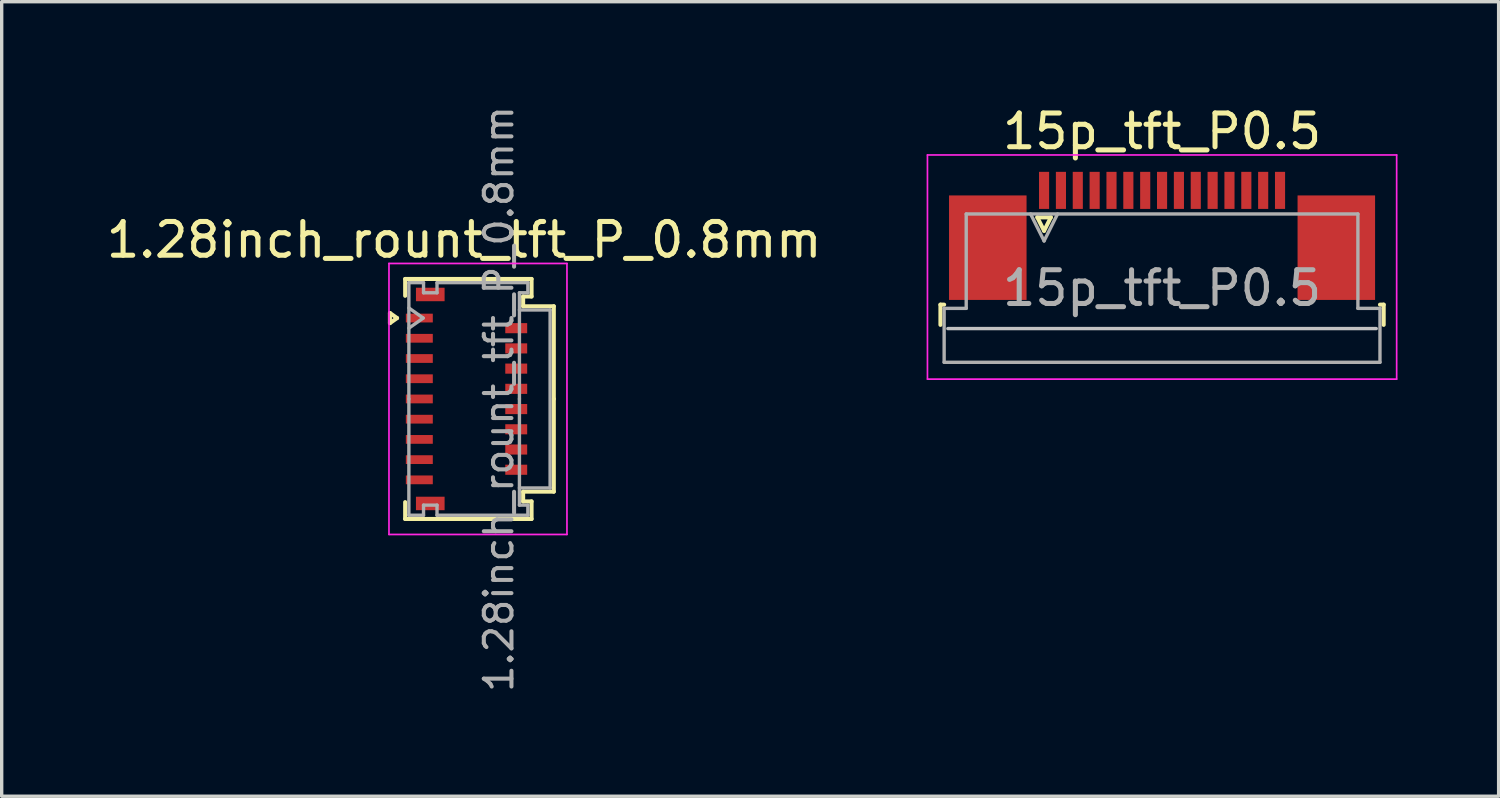
<source format=kicad_pcb>
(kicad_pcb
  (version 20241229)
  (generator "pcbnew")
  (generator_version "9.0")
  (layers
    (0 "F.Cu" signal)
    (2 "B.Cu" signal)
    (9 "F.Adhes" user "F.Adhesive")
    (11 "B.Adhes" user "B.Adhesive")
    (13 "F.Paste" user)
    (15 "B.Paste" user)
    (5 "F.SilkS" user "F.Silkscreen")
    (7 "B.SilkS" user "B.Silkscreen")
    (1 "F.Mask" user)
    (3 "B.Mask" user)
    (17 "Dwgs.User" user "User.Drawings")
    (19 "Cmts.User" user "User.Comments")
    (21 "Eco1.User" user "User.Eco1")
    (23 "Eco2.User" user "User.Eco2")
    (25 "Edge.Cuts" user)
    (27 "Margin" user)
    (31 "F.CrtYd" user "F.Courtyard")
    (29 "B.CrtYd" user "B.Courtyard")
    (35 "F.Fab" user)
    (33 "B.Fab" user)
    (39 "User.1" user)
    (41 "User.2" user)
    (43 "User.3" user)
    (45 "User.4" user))
  (footprint "15p_tft_P0.5"
    (layer "F.Cu")
    (at 31.425 3.948)
    (property "Reference" "15p_tft_P0.5" (at 0 -3.1 0) (layer "F.SilkS") (effects (font (size 1 1) (thickness 0.15))))
    (attr smd)
    (fp_line (start -6.575 2.04) (end -6.575 2.64) (stroke (width 0.12) (type solid)) (layer "F.SilkS"))
    (fp_line (start -6.465 2.04) (end -6.575 2.04) (stroke (width 0.12) (type solid)) (layer "F.SilkS"))
    (fp_line (start -3.7 -0.55) (end -3.5 -0.15) (stroke (width 0.12) (type solid)) (layer "F.SilkS"))
    (fp_line (start -3.5 -0.15) (end -3.3 -0.55) (stroke (width 0.12) (type solid)) (layer "F.SilkS"))
    (fp_line (start -3.3 -0.55) (end -3.7 -0.55) (stroke (width 0.12) (type solid)) (layer "F.SilkS"))
    (fp_line (start 6.465 2.04) (end 6.575 2.04) (stroke (width 0.12) (type solid)) (layer "F.SilkS"))
    (fp_line (start 6.575 2.04) (end 6.575 2.64) (stroke (width 0.12) (type solid)) (layer "F.SilkS"))
    (fp_line (start 6.355 2.75) (end -6.355 2.75) (stroke (width 0.1) (type solid)) (layer "Dwgs.User"))
    (fp_line (start -6.96 -2.4) (end -6.96 4.25) (stroke (width 0.05) (type solid)) (layer "F.CrtYd"))
    (fp_line (start -6.96 4.25) (end 6.96 4.25) (stroke (width 0.05) (type solid)) (layer "F.CrtYd"))
    (fp_line (start 6.96 -2.4) (end -6.96 -2.4) (stroke (width 0.05) (type solid)) (layer "F.CrtYd"))
    (fp_line (start 6.96 4.25) (end 6.96 -2.4) (stroke (width 0.05) (type solid)) (layer "F.CrtYd"))
    (fp_line (start -6.465 2.15) (end -5.81 2.15) (stroke (width 0.1) (type solid)) (layer "F.Fab"))
    (fp_line (start -6.465 3.75) (end -6.465 2.15) (stroke (width 0.1) (type solid)) (layer "F.Fab"))
    (fp_line (start -5.81 -0.65) (end 5.81 -0.65) (stroke (width 0.1) (type solid)) (layer "F.Fab"))
    (fp_line (start -5.81 2.15) (end -5.81 -0.65) (stroke (width 0.1) (type solid)) (layer "F.Fab"))
    (fp_line (start -3.9 -0.65) (end -3.5 0.15) (stroke (width 0.1) (type solid)) (layer "F.Fab"))
    (fp_line (start -3.5 0.15) (end -3.1 -0.65) (stroke (width 0.1) (type solid)) (layer "F.Fab"))
    (fp_line (start 5.81 -0.65) (end 5.81 2.15) (stroke (width 0.1) (type solid)) (layer "F.Fab"))
    (fp_line (start 5.81 2.15) (end 6.465 2.15) (stroke (width 0.1) (type solid)) (layer "F.Fab"))
    (fp_line (start 6.465 2.15) (end 6.465 3.75) (stroke (width 0.1) (type solid)) (layer "F.Fab"))
    (fp_line (start 6.465 3.75) (end -6.465 3.75) (stroke (width 0.1) (type solid)) (layer "F.Fab"))
    (fp_text user "${REFERENCE}" (at 0 1.55 0) (layer "F.Fab") (effects (font (size 1 1) (thickness 0.15))))
    (pad "1" smd rect (at 3.5 -1.35) (size 0.3 1.1) (layers "F.Cu" "F.Mask" "F.Paste"))
    (pad "2" smd rect (at 3 -1.35) (size 0.3 1.1) (layers "F.Cu" "F.Mask" "F.Paste"))
    (pad "3" smd rect (at 2.5 -1.35) (size 0.3 1.1) (layers "F.Cu" "F.Mask" "F.Paste"))
    (pad "4" smd rect (at 2 -1.35) (size 0.3 1.1) (layers "F.Cu" "F.Mask" "F.Paste"))
    (pad "5" smd rect (at 1.5 -1.35) (size 0.3 1.1) (layers "F.Cu" "F.Mask" "F.Paste"))
    (pad "6" smd rect (at 1 -1.35) (size 0.3 1.1) (layers "F.Cu" "F.Mask" "F.Paste"))
    (pad "7" smd rect (at 0.5 -1.35) (size 0.3 1.1) (layers "F.Cu" "F.Mask" "F.Paste"))
    (pad "8" smd rect (at 0 -1.35) (size 0.3 1.1) (layers "F.Cu" "F.Mask" "F.Paste"))
    (pad "9" smd rect (at -0.5 -1.35) (size 0.3 1.1) (layers "F.Cu" "F.Mask" "F.Paste"))
    (pad "10" smd rect (at -1 -1.35) (size 0.3 1.1) (layers "F.Cu" "F.Mask" "F.Paste"))
    (pad "11" smd rect (at -1.5 -1.35) (size 0.3 1.1) (layers "F.Cu" "F.Mask" "F.Paste"))
    (pad "12" smd rect (at -2 -1.35) (size 0.3 1.1) (layers "F.Cu" "F.Mask" "F.Paste"))
    (pad "13" smd rect (at -2.5 -1.35) (size 0.3 1.1) (layers "F.Cu" "F.Mask" "F.Paste"))
    (pad "14" smd rect (at -3 -1.35) (size 0.3 1.1) (layers "F.Cu" "F.Mask" "F.Paste"))
    (pad "15" smd rect (at -3.5 -1.35) (size 0.3 1.1) (layers "F.Cu" "F.Mask" "F.Paste"))
    (pad "MP" smd rect (at -5.17 0.35) (size 2.3 3.1) (layers "F.Cu" "F.Mask" "F.Paste"))
    (pad "MP" smd rect (at 5.17 0.35) (size 2.3 3.1) (layers "F.Cu" "F.Mask" "F.Paste")))
  (footprint "1.28inch_rount_tft_P_0.8mm"
    (layer "F.Cu")
    (at 10.79 8.786)
    (property "Reference" "1.28inch_rount_tft_P_0.8mm" (at -0.07 -4.72 0) (layer "F.SilkS") (effects (font (size 1 1) (thickness 0.15))))
    (attr smd)
    (fp_line (start -2.272 -2.55) (end -2.06 -2.4) (stroke (width 0.12) (type solid)) (layer "F.SilkS"))
    (fp_line (start -2.272 -2.25) (end -2.272 -2.55) (stroke (width 0.12) (type solid)) (layer "F.SilkS"))
    (fp_line (start -2.06 -2.4) (end -2.272 -2.25) (stroke (width 0.12) (type solid)) (layer "F.SilkS"))
    (fp_line (start -1.82 -3.56) (end 1.93 -3.56) (stroke (width 0.12) (type solid)) (layer "F.SilkS"))
    (fp_line (start -1.82 -3.06) (end -1.82 -3.56) (stroke (width 0.12) (type solid)) (layer "F.SilkS"))
    (fp_line (start -1.82 3.06) (end -1.82 3.56) (stroke (width 0.12) (type solid)) (layer "F.SilkS"))
    (fp_line (start -1.82 3.56) (end 1.93 3.56) (stroke (width 0.12) (type solid)) (layer "F.SilkS"))
    (fp_line (start 1.68 -3.04) (end 1.68 -2.75) (stroke (width 0.12) (type solid)) (layer "F.SilkS"))
    (fp_line (start 1.68 -2.75) (end 2.59 -2.75) (stroke (width 0.12) (type solid)) (layer "F.SilkS"))
    (fp_line (start 1.68 2.75) (end 2.59 2.75) (stroke (width 0.12) (type solid)) (layer "F.SilkS"))
    (fp_line (start 1.68 3.04) (end 1.68 2.75) (stroke (width 0.12) (type solid)) (layer "F.SilkS"))
    (fp_line (start 1.93 -3.56) (end 1.93 -3.04) (stroke (width 0.12) (type solid)) (layer "F.SilkS"))
    (fp_line (start 1.93 -3.04) (end 1.68 -3.04) (stroke (width 0.12) (type solid)) (layer "F.SilkS"))
    (fp_line (start 1.93 3.04) (end 1.68 3.04) (stroke (width 0.12) (type solid)) (layer "F.SilkS"))
    (fp_line (start 1.93 3.56) (end 1.93 3.04) (stroke (width 0.12) (type solid)) (layer "F.SilkS"))
    (fp_line (start 2.59 -2.75) (end 2.59 0) (stroke (width 0.12) (type solid)) (layer "F.SilkS"))
    (fp_line (start 2.59 2.75) (end 2.59 0) (stroke (width 0.12) (type solid)) (layer "F.SilkS"))
    (fp_line (start -2.3 -4.02) (end -2.3 4.02) (stroke (width 0.05) (type solid)) (layer "F.CrtYd"))
    (fp_line (start -2.3 4.02) (end 2.98 4.02) (stroke (width 0.05) (type solid)) (layer "F.CrtYd"))
    (fp_line (start 2.98 -4.02) (end -2.3 -4.02) (stroke (width 0.05) (type solid)) (layer "F.CrtYd"))
    (fp_line (start 2.98 4.02) (end 2.98 -4.02) (stroke (width 0.05) (type solid)) (layer "F.CrtYd"))
    (fp_line (start -1.71 -3.45) (end -1.275 -3.45) (stroke (width 0.1) (type solid)) (layer "F.Fab"))
    (fp_line (start -1.71 -2.7) (end -1.286 -2.4) (stroke (width 0.1) (type solid)) (layer "F.Fab"))
    (fp_line (start -1.71 0) (end -1.71 -3.45) (stroke (width 0.1) (type solid)) (layer "F.Fab"))
    (fp_line (start -1.71 0) (end -1.71 3.45) (stroke (width 0.1) (type solid)) (layer "F.Fab"))
    (fp_line (start -1.71 3.45) (end -1.275 3.45) (stroke (width 0.1) (type solid)) (layer "F.Fab"))
    (fp_line (start -1.286 -2.4) (end -1.71 -2.1) (stroke (width 0.1) (type solid)) (layer "F.Fab"))
    (fp_line (start -1.275 -3.45) (end -1.275 -3.15) (stroke (width 0.1) (type solid)) (layer "F.Fab"))
    (fp_line (start -1.275 -3.15) (end -0.875 -3.15) (stroke (width 0.1) (type solid)) (layer "F.Fab"))
    (fp_line (start -1.275 3.15) (end -0.875 3.15) (stroke (width 0.1) (type solid)) (layer "F.Fab"))
    (fp_line (start -1.275 3.45) (end -1.275 3.15) (stroke (width 0.1) (type solid)) (layer "F.Fab"))
    (fp_line (start -0.875 -3.45) (end 1.82 -3.45) (stroke (width 0.1) (type solid)) (layer "F.Fab"))
    (fp_line (start -0.875 -3.15) (end -0.875 -3.45) (stroke (width 0.1) (type solid)) (layer "F.Fab"))
    (fp_line (start -0.875 3.15) (end -0.875 3.45) (stroke (width 0.1) (type solid)) (layer "F.Fab"))
    (fp_line (start -0.875 3.45) (end 1.82 3.45) (stroke (width 0.1) (type solid)) (layer "F.Fab"))
    (fp_line (start 1.57 -3.15) (end 1.57 0) (stroke (width 0.1) (type solid)) (layer "F.Fab"))
    (fp_line (start 1.57 -2.64) (end 2.48 -2.64) (stroke (width 0.1) (type solid)) (layer "F.Fab"))
    (fp_line (start 1.57 3.15) (end 1.57 0) (stroke (width 0.1) (type solid)) (layer "F.Fab"))
    (fp_line (start 1.82 -3.45) (end 1.82 -3.15) (stroke (width 0.1) (type solid)) (layer "F.Fab"))
    (fp_line (start 1.82 -3.15) (end 1.57 -3.15) (stroke (width 0.1) (type solid)) (layer "F.Fab"))
    (fp_line (start 1.82 3.15) (end 1.57 3.15) (stroke (width 0.1) (type solid)) (layer "F.Fab"))
    (fp_line (start 1.82 3.45) (end 1.82 3.15) (stroke (width 0.1) (type solid)) (layer "F.Fab"))
    (fp_line (start 2.48 -2.64) (end 2.48 2.64) (stroke (width 0.1) (type solid)) (layer "F.Fab"))
    (fp_line (start 2.48 2.64) (end 1.57 2.64) (stroke (width 0.1) (type solid)) (layer "F.Fab"))
    (fp_text user "${REFERENCE}" (at 0.96 0 90) (layer "F.Fab") (effects (font (size 0.82 0.82) (thickness 0.12))))
    (pad "1" smd rect (at -1.4 -2.4) (size 0.8 0.26) (layers "F.Cu" "F.Mask" "F.Paste"))
    (pad "2" smd rect (at 1.475 -2.1) (size 0.65 0.3) (layers "F.Cu" "F.Mask" "F.Paste"))
    (pad "3" smd rect (at -1.4 -1.8) (size 0.8 0.26) (layers "F.Cu" "F.Mask" "F.Paste"))
    (pad "4" smd rect (at 1.475 -1.5) (size 0.65 0.3) (layers "F.Cu" "F.Mask" "F.Paste"))
    (pad "5" smd rect (at -1.4 -1.2) (size 0.8 0.26) (layers "F.Cu" "F.Mask" "F.Paste"))
    (pad "6" smd rect (at 1.475 -0.9) (size 0.65 0.3) (layers "F.Cu" "F.Mask" "F.Paste"))
    (pad "7" smd rect (at -1.4 -0.6) (size 0.8 0.26) (layers "F.Cu" "F.Mask" "F.Paste"))
    (pad "8" smd rect (at 1.475 -0.3) (size 0.65 0.3) (layers "F.Cu" "F.Mask" "F.Paste"))
    (pad "9" smd rect (at -1.4 0) (size 0.8 0.26) (layers "F.Cu" "F.Mask" "F.Paste"))
    (pad "10" smd rect (at 1.475 0.3) (size 0.65 0.3) (layers "F.Cu" "F.Mask" "F.Paste"))
    (pad "11" smd rect (at -1.4 0.6) (size 0.8 0.26) (layers "F.Cu" "F.Mask" "F.Paste"))
    (pad "12" smd rect (at 1.475 0.9) (size 0.65 0.3) (layers "F.Cu" "F.Mask" "F.Paste"))
    (pad "13" smd rect (at -1.4 1.2) (size 0.8 0.26) (layers "F.Cu" "F.Mask" "F.Paste"))
    (pad "14" smd rect (at 1.475 1.5) (size 0.65 0.3) (layers "F.Cu" "F.Mask" "F.Paste"))
    (pad "15" smd rect (at -1.4 1.8) (size 0.8 0.26) (layers "F.Cu" "F.Mask" "F.Paste"))
    (pad "16" smd rect (at 1.475 2.1) (size 0.65 0.3) (layers "F.Cu" "F.Mask" "F.Paste"))
    (pad "17" smd rect (at -1.4 2.4) (size 0.8 0.26) (layers "F.Cu" "F.Mask" "F.Paste"))
    (pad "MP" smd rect (at -1.075 -3.1) (size 0.85 0.4) (layers "F.Cu" "F.Mask" "F.Paste"))
    (pad "MP" smd rect (at -1.075 3.1) (size 0.85 0.4) (layers "F.Cu" "F.Mask" "F.Paste")))
  (gr_rect
    (start -3 -3)
    (end 41.41 20.572)
    (stroke (width 0.1) (type default))
    (fill no)
    (layer "Edge.Cuts")))
</source>
